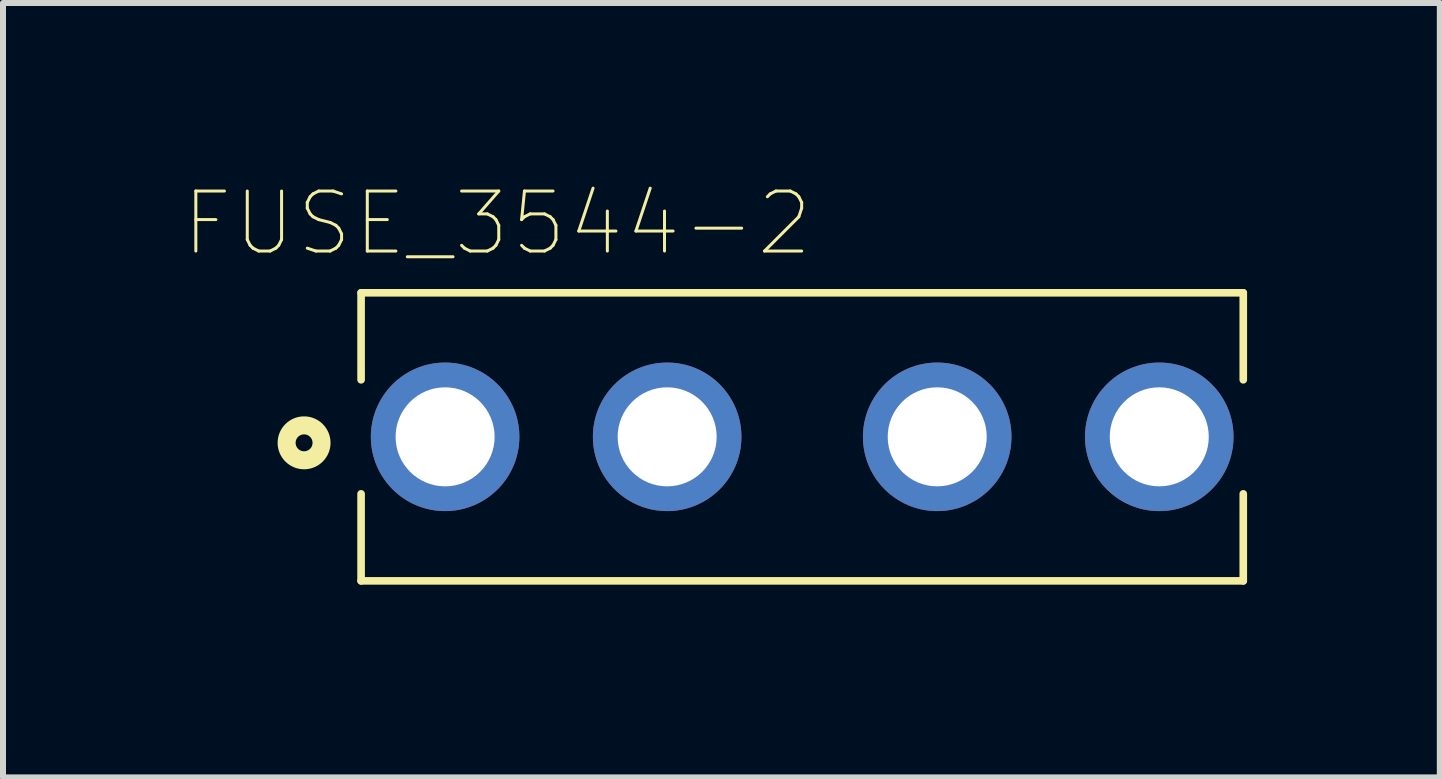
<source format=kicad_pcb>
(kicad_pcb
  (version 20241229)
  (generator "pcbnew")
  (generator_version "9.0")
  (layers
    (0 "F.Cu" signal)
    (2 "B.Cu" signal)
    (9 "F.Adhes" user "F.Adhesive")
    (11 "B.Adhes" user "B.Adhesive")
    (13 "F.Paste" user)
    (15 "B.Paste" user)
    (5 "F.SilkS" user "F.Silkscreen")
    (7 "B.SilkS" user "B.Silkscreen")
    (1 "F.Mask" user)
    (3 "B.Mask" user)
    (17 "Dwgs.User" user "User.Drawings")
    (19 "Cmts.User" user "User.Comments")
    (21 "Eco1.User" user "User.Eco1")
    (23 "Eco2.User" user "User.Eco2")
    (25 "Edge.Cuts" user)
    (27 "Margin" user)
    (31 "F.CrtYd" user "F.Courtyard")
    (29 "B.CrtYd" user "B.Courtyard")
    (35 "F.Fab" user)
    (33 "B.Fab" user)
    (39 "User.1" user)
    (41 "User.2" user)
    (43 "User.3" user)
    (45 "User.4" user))
  (footprint "FUSE_3544-2"
    (layer "F.Cu")
    (at 10.317 4.229)
    (property "Reference" "FUSE_3544-2" (at -5.08 -3.556 0) (layer "F.SilkS") (effects (font (size 1 1) (thickness 0.05))))
    (attr through_hole)
    (fp_line (start -7.35 -2.4) (end -7.35 -0.95) (stroke (width 0.127) (type solid)) (layer "F.SilkS"))
    (fp_line (start -7.35 -2.4) (end 7.35 -2.4) (stroke (width 0.127) (type solid)) (layer "F.SilkS"))
    (fp_line (start -7.35 0.95) (end -7.35 2.4) (stroke (width 0.127) (type solid)) (layer "F.SilkS"))
    (fp_line (start 7.35 -2.4) (end 7.35 -0.95) (stroke (width 0.127) (type solid)) (layer "F.SilkS"))
    (fp_line (start 7.35 0.95) (end 7.35 2.4) (stroke (width 0.127) (type solid)) (layer "F.SilkS"))
    (fp_line (start 7.35 2.4) (end -7.35 2.4) (stroke (width 0.127) (type solid)) (layer "F.SilkS"))
    (fp_circle (center -8.3 0.1) (end -8.159 0.1) (stroke (width 0.3) (type solid)) (fill no) (layer "F.SilkS"))
    (fp_line (start -7.6 -2.65) (end 7.6 -2.65) (stroke (width 0.05) (type solid)) (layer "Eco1.User"))
    (fp_line (start -7.6 2.65) (end -7.6 -2.65) (stroke (width 0.05) (type solid)) (layer "Eco1.User"))
    (fp_line (start 7.6 -2.65) (end 7.6 2.65) (stroke (width 0.05) (type solid)) (layer "Eco1.User"))
    (fp_line (start 7.6 2.65) (end -7.6 2.65) (stroke (width 0.05) (type solid)) (layer "Eco1.User"))
    (fp_line (start -7.35 -2.4) (end 7.35 -2.4) (stroke (width 0.127) (type solid)) (layer "Eco2.User"))
    (fp_line (start -7.35 2.4) (end -7.35 -2.4) (stroke (width 0.127) (type solid)) (layer "Eco2.User"))
    (fp_line (start 7.35 -2.4) (end 7.35 2.4) (stroke (width 0.127) (type solid)) (layer "Eco2.User"))
    (fp_line (start 7.35 2.4) (end -7.35 2.4) (stroke (width 0.127) (type solid)) (layer "Eco2.User"))
    (fp_circle (center -8.3 0.1) (end -8.159 0.1) (stroke (width 0.3) (type solid)) (fill no) (layer "Eco2.User"))
    (pad "1_1" thru_hole circle (at -5.95 0) (size 2.475 2.475) (drill 1.65) (layers "*.Cu" "*.Mask"))
    (pad "1_2" thru_hole circle (at -2.25 0) (size 2.475 2.475) (drill 1.65) (layers "*.Cu" "*.Mask"))
    (pad "2_1" thru_hole circle (at 2.25 0) (size 2.475 2.475) (drill 1.65) (layers "*.Cu" "*.Mask"))
    (pad "2_2" thru_hole circle (at 5.95 0) (size 2.475 2.475) (drill 1.65) (layers "*.Cu" "*.Mask")))
  (gr_rect
    (start -3 -3)
    (end 20.942 9.904)
    (stroke (width 0.1) (type default))
    (fill no)
    (layer "Edge.Cuts")))
</source>
